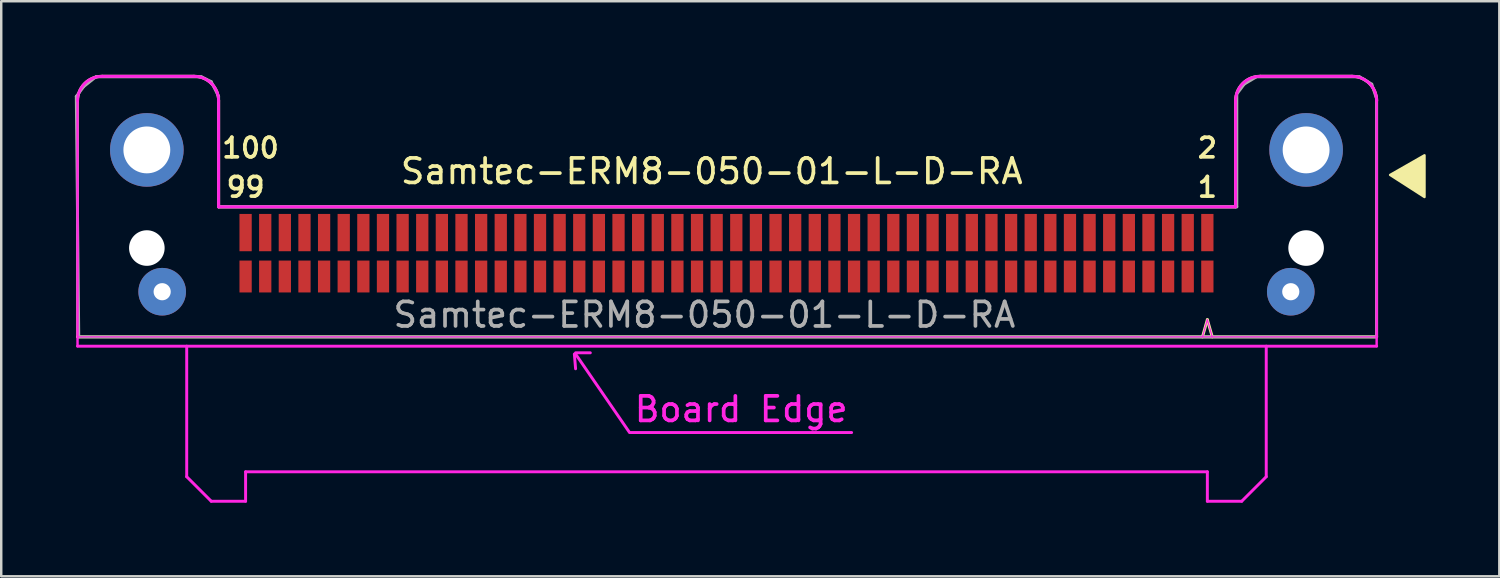
<source format=kicad_pcb>
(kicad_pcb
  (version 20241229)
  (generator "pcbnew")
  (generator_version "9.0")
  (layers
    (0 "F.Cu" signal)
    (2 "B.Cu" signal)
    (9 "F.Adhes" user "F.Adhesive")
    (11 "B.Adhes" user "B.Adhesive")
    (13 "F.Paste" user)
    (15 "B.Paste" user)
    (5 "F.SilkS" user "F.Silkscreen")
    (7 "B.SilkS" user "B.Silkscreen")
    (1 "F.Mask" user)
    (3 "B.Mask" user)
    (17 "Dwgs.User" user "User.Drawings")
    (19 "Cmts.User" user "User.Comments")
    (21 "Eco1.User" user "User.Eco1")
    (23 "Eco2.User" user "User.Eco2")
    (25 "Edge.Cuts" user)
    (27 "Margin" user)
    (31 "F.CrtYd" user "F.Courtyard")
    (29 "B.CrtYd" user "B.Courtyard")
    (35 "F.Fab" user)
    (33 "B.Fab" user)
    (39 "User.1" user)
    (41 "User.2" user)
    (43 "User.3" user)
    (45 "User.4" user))
  (footprint "Samtec-ERM8-050-01-L-D-RA"
    (layer "F.Cu")
    (at 26.56 7.38)
    (property "Reference" "Samtec-ERM8-050-01-L-D-RA" (at -0.6 -3.45 180) (layer "F.SilkS") (effects (font (size 1 1) (thickness 0.15))))
    (attr smd)
    (fp_line (start -26.45 3.3) (end -26.45 -6.32) (stroke (width 0.1) (type solid)) (layer "F.SilkS"))
    (fp_line (start -26.45 3.3) (end 26.5 3.3) (stroke (width 0.12) (type solid)) (layer "F.SilkS"))
    (fp_line (start -21.7 -7.32) (end -25.45 -7.32) (stroke (width 0.12) (type solid)) (layer "F.SilkS"))
    (fp_line (start -20.7 -6.32) (end -20.7 -2) (stroke (width 0.12) (type solid)) (layer "F.SilkS"))
    (fp_line (start 19.6 2.6) (end 19.4 3.3) (stroke (width 0.12) (type solid)) (layer "F.SilkS"))
    (fp_line (start 19.8 3.3) (end 19.6 2.6) (stroke (width 0.12) (type solid)) (layer "F.SilkS"))
    (fp_line (start 20.75 -6.32) (end 20.75 -2) (stroke (width 0.12) (type solid)) (layer "F.SilkS"))
    (fp_line (start 20.75 -2) (end -20.7 -2) (stroke (width 0.12) (type solid)) (layer "F.SilkS"))
    (fp_line (start 25.5 -7.32) (end 21.75 -7.32) (stroke (width 0.12) (type solid)) (layer "F.SilkS"))
    (fp_line (start 26.5 3.3) (end 26.5 -6.32) (stroke (width 0.1) (type solid)) (layer "F.SilkS"))
    (fp_arc (start -26.45 -6.32) (mid -26.157107 -7.027107) (end -25.45 -7.32) (stroke (width 0.12) (type solid)) (layer "F.SilkS"))
    (fp_arc (start -21.7 -7.32) (mid -20.992893 -7.027107) (end -20.7 -6.32) (stroke (width 0.12) (type solid)) (layer "F.SilkS"))
    (fp_arc (start 20.75 -6.32) (mid 21.042893 -7.027107) (end 21.75 -7.32) (stroke (width 0.12) (type solid)) (layer "F.SilkS"))
    (fp_arc (start 25.5 -7.32) (mid 26.207107 -7.027107) (end 26.5 -6.32) (stroke (width 0.12) (type solid)) (layer "F.SilkS"))
    (fp_poly (pts (xy 27.05 -3.3) (xy 28.45 -4.1) (xy 28.45 -2.4)) (stroke (width 0.1) (type solid)) (fill yes) (layer "F.SilkS"))
    (fp_line (start -26.45 3.3) (end 26.5 3.3) (stroke (width 0.05) (type solid)) (layer "F.CrtYd"))
    (fp_line (start -26.45 3.68) (end -26.45 -6.32) (stroke (width 0.1) (type solid)) (layer "F.CrtYd"))
    (fp_line (start -26.45 3.68) (end 26.5 3.68) (stroke (width 0.12) (type solid)) (layer "F.CrtYd"))
    (fp_line (start -22 9) (end -22 3.68) (stroke (width 0.12) (type solid)) (layer "F.CrtYd"))
    (fp_line (start -21.7 -7.32) (end -25.45 -7.32) (stroke (width 0.12) (type solid)) (layer "F.CrtYd"))
    (fp_line (start -21 10) (end -22 9) (stroke (width 0.12) (type solid)) (layer "F.CrtYd"))
    (fp_line (start -20.7 -6.32) (end -20.7 -2) (stroke (width 0.12) (type solid)) (layer "F.CrtYd"))
    (fp_line (start -19.6 8.8) (end -19.6 10) (stroke (width 0.12) (type solid)) (layer "F.CrtYd"))
    (fp_line (start -19.6 10) (end -21 10) (stroke (width 0.12) (type solid)) (layer "F.CrtYd"))
    (fp_line (start -6.2 4) (end -6.15 4.6) (stroke (width 0.12) (type solid)) (layer "F.CrtYd"))
    (fp_line (start -6.15 3.95) (end -5.55 3.95) (stroke (width 0.12) (type solid)) (layer "F.CrtYd"))
    (fp_line (start -6.15 4) (end -3.95 7.2) (stroke (width 0.12) (type solid)) (layer "F.CrtYd"))
    (fp_line (start 5.1 7.2) (end -3.9 7.2) (stroke (width 0.12) (type solid)) (layer "F.CrtYd"))
    (fp_line (start 19.6 2.6) (end 19.4 3.3) (stroke (width 0.05) (type solid)) (layer "F.CrtYd"))
    (fp_line (start 19.6 8.8) (end -19.6 8.8) (stroke (width 0.12) (type solid)) (layer "F.CrtYd"))
    (fp_line (start 19.6 10) (end 19.6 8.8) (stroke (width 0.12) (type solid)) (layer "F.CrtYd"))
    (fp_line (start 19.8 3.3) (end 19.6 2.6) (stroke (width 0.05) (type solid)) (layer "F.CrtYd"))
    (fp_line (start 20.75 -6.32) (end 20.75 -2) (stroke (width 0.12) (type solid)) (layer "F.CrtYd"))
    (fp_line (start 20.75 -2) (end -20.7 -2) (stroke (width 0.12) (type solid)) (layer "F.CrtYd"))
    (fp_line (start 21 10) (end 19.6 10) (stroke (width 0.12) (type solid)) (layer "F.CrtYd"))
    (fp_line (start 22 3.68) (end 22 9) (stroke (width 0.12) (type solid)) (layer "F.CrtYd"))
    (fp_line (start 22 9) (end 21 10) (stroke (width 0.12) (type solid)) (layer "F.CrtYd"))
    (fp_line (start 25.5 -7.32) (end 21.75 -7.32) (stroke (width 0.12) (type solid)) (layer "F.CrtYd"))
    (fp_line (start 26.5 3.68) (end 26.5 -6.32) (stroke (width 0.1) (type solid)) (layer "F.CrtYd"))
    (fp_arc (start -26.45 -6.32) (mid -26.157107 -7.027107) (end -25.45 -7.32) (stroke (width 0.12) (type solid)) (layer "F.CrtYd"))
    (fp_arc (start -21.7 -7.32) (mid -20.992893 -7.027107) (end -20.7 -6.32) (stroke (width 0.12) (type solid)) (layer "F.CrtYd"))
    (fp_arc (start 20.75 -6.32) (mid 21.042893 -7.027107) (end 21.75 -7.32) (stroke (width 0.12) (type solid)) (layer "F.CrtYd"))
    (fp_arc (start 25.5 -7.32) (mid 26.207107 -7.027107) (end 26.5 -6.32) (stroke (width 0.12) (type solid)) (layer "F.CrtYd"))
    (fp_line (start -26.5 -6.5) (end -26.4 3.3) (stroke (width 0.12) (type solid)) (layer "F.Fab"))
    (fp_line (start -26.4 3.3) (end 26.5 3.3) (stroke (width 0.12) (type solid)) (layer "F.Fab"))
    (fp_line (start -26.2 -6.9) (end -26.5 -6.5) (stroke (width 0.12) (type solid)) (layer "F.Fab"))
    (fp_line (start -25.7 -7.3) (end -26.2 -6.9) (stroke (width 0.12) (type solid)) (layer "F.Fab"))
    (fp_line (start -21.4 -7.3) (end -25.7 -7.3) (stroke (width 0.12) (type solid)) (layer "F.Fab"))
    (fp_line (start -21 -7.1) (end -21.4 -7.3) (stroke (width 0.12) (type solid)) (layer "F.Fab"))
    (fp_line (start -20.7 -6.5) (end -21 -7.1) (stroke (width 0.12) (type solid)) (layer "F.Fab"))
    (fp_line (start -20.7 -2) (end -20.7 -6.5) (stroke (width 0.12) (type solid)) (layer "F.Fab"))
    (fp_line (start 20.8 -6.6) (end 20.8 -2) (stroke (width 0.12) (type solid)) (layer "F.Fab"))
    (fp_line (start 20.8 -2) (end -20.7 -2) (stroke (width 0.12) (type solid)) (layer "F.Fab"))
    (fp_line (start 21.1 -7) (end 20.8 -6.6) (stroke (width 0.12) (type solid)) (layer "F.Fab"))
    (fp_line (start 21.6 -7.3) (end 21.1 -7) (stroke (width 0.12) (type solid)) (layer "F.Fab"))
    (fp_line (start 25.8 -7.3) (end 21.6 -7.3) (stroke (width 0.12) (type solid)) (layer "F.Fab"))
    (fp_line (start 26.3 -7) (end 25.8 -7.3) (stroke (width 0.12) (type solid)) (layer "F.Fab"))
    (fp_line (start 26.5 -6.4) (end 26.3 -7) (stroke (width 0.12) (type solid)) (layer "F.Fab"))
    (fp_line (start 26.5 3.3) (end 26.5 -6.4) (stroke (width 0.12) (type solid)) (layer "F.Fab"))
    (fp_text user "1" (at 19.6 -2.8 180) (layer "F.SilkS") (effects (font (size 0.8 0.8) (thickness 0.15))))
    (fp_text user "2" (at 19.6 -4.4 180) (layer "F.SilkS") (effects (font (size 0.8 0.8) (thickness 0.15))))
    (fp_text user "100" (at -19.4 -4.4 180) (layer "F.SilkS") (effects (font (size 0.8 0.8) (thickness 0.15))))
    (fp_text user "99" (at -19.6 -2.8 180) (layer "F.SilkS") (effects (font (size 0.8 0.8) (thickness 0.15))))
    (fp_text user "Board Edge" (at 0.6 6.25 180) (layer "F.CrtYd") (effects (font (size 1 1) (thickness 0.15))))
    (fp_text user "${REFERENCE}" (at -0.9 2.4 180) (layer "F.Fab") (effects (font (size 1 1) (thickness 0.15))))
    (pad "" thru_hole circle (at -23.625 -4.32 180) (size 3 3) (drill 1.91) (layers "*.Cu" "*.Mask"))
    (pad "" np_thru_hole circle (at -23.625 -0.32 180) (size 1.45 1.45) (drill 1.45) (layers "*.Cu" "*.Mask"))
    (pad "" thru_hole circle (at -23 1.46 180) (size 1.94 1.94) (drill 0.7) (layers "*.Cu" "*.Mask"))
    (pad "" thru_hole circle (at 23 1.46 180) (size 1.94 1.94) (drill 0.7) (layers "*.Cu" "*.Mask"))
    (pad "" thru_hole circle (at 23.625 -4.32 180) (size 3 3) (drill 1.91) (layers "*.Cu" "*.Mask"))
    (pad "" np_thru_hole circle (at 23.625 -0.32 180) (size 1.45 1.45) (drill 1.45) (layers "*.Cu" "*.Mask"))
    (pad "1" smd rect (at 19.6 0.19 180) (size 0.5 1.3) (drill (offset 0 -0.65)) (layers "F.Cu" "F.Mask" "F.Paste"))
    (pad "2" smd rect (at 19.6 -0.19 180) (size 0.5 1.52) (drill (offset 0 0.76)) (layers "F.Cu" "F.Mask" "F.Paste"))
    (pad "3" smd rect (at 18.8 0.19 180) (size 0.5 1.3) (drill (offset 0 -0.65)) (layers "F.Cu" "F.Mask" "F.Paste"))
    (pad "4" smd rect (at 18.8 -0.19 180) (size 0.5 1.52) (drill (offset 0 0.76)) (layers "F.Cu" "F.Mask" "F.Paste"))
    (pad "5" smd rect (at 18 0.19 180) (size 0.5 1.3) (drill (offset 0 -0.65)) (layers "F.Cu" "F.Mask" "F.Paste"))
    (pad "6" smd rect (at 18 -0.19 180) (size 0.5 1.52) (drill (offset 0 0.76)) (layers "F.Cu" "F.Mask" "F.Paste"))
    (pad "7" smd rect (at 17.2 0.19 180) (size 0.5 1.3) (drill (offset 0 -0.65)) (layers "F.Cu" "F.Mask" "F.Paste"))
    (pad "8" smd rect (at 17.2 -0.19 180) (size 0.5 1.52) (drill (offset 0 0.76)) (layers "F.Cu" "F.Mask" "F.Paste"))
    (pad "9" smd rect (at 16.4 0.19 180) (size 0.5 1.3) (drill (offset 0 -0.65)) (layers "F.Cu" "F.Mask" "F.Paste"))
    (pad "10" smd rect (at 16.4 -0.19 180) (size 0.5 1.52) (drill (offset 0 0.76)) (layers "F.Cu" "F.Mask" "F.Paste"))
    (pad "11" smd rect (at 15.6 0.19 180) (size 0.5 1.3) (drill (offset 0 -0.65)) (layers "F.Cu" "F.Mask" "F.Paste"))
    (pad "12" smd rect (at 15.6 -0.19 180) (size 0.5 1.52) (drill (offset 0 0.76)) (layers "F.Cu" "F.Mask" "F.Paste"))
    (pad "13" smd rect (at 14.8 0.19 180) (size 0.5 1.3) (drill (offset 0 -0.65)) (layers "F.Cu" "F.Mask" "F.Paste"))
    (pad "14" smd rect (at 14.8 -0.19 180) (size 0.5 1.52) (drill (offset 0 0.76)) (layers "F.Cu" "F.Mask" "F.Paste"))
    (pad "15" smd rect (at 14 0.19 180) (size 0.5 1.3) (drill (offset 0 -0.65)) (layers "F.Cu" "F.Mask" "F.Paste"))
    (pad "16" smd rect (at 14 -0.19 180) (size 0.5 1.52) (drill (offset 0 0.76)) (layers "F.Cu" "F.Mask" "F.Paste"))
    (pad "17" smd rect (at 13.2 0.19 180) (size 0.5 1.3) (drill (offset 0 -0.65)) (layers "F.Cu" "F.Mask" "F.Paste"))
    (pad "18" smd rect (at 13.2 -0.19 180) (size 0.5 1.52) (drill (offset 0 0.76)) (layers "F.Cu" "F.Mask" "F.Paste"))
    (pad "19" smd rect (at 12.4 0.19 180) (size 0.5 1.3) (drill (offset 0 -0.65)) (layers "F.Cu" "F.Mask" "F.Paste"))
    (pad "20" smd rect (at 12.4 -0.19 180) (size 0.5 1.52) (drill (offset 0 0.76)) (layers "F.Cu" "F.Mask" "F.Paste"))
    (pad "21" smd rect (at 11.6 0.19 180) (size 0.5 1.3) (drill (offset 0 -0.65)) (layers "F.Cu" "F.Mask" "F.Paste"))
    (pad "22" smd rect (at 11.6 -0.19 180) (size 0.5 1.52) (drill (offset 0 0.76)) (layers "F.Cu" "F.Mask" "F.Paste"))
    (pad "23" smd rect (at 10.8 0.19 180) (size 0.5 1.3) (drill (offset 0 -0.65)) (layers "F.Cu" "F.Mask" "F.Paste"))
    (pad "24" smd rect (at 10.8 -0.19 180) (size 0.5 1.52) (drill (offset 0 0.76)) (layers "F.Cu" "F.Mask" "F.Paste"))
    (pad "25" smd rect (at 10 0.19 180) (size 0.5 1.3) (drill (offset 0 -0.65)) (layers "F.Cu" "F.Mask" "F.Paste"))
    (pad "26" smd rect (at 10 -0.19 180) (size 0.5 1.52) (drill (offset 0 0.76)) (layers "F.Cu" "F.Mask" "F.Paste"))
    (pad "27" smd rect (at 9.2 0.19 180) (size 0.5 1.3) (drill (offset 0 -0.65)) (layers "F.Cu" "F.Mask" "F.Paste"))
    (pad "28" smd rect (at 9.2 -0.19 180) (size 0.5 1.52) (drill (offset 0 0.76)) (layers "F.Cu" "F.Mask" "F.Paste"))
    (pad "29" smd rect (at 8.4 0.19 180) (size 0.5 1.3) (drill (offset 0 -0.65)) (layers "F.Cu" "F.Mask" "F.Paste"))
    (pad "30" smd rect (at 8.4 -0.19 180) (size 0.5 1.52) (drill (offset 0 0.76)) (layers "F.Cu" "F.Mask" "F.Paste"))
    (pad "31" smd rect (at 7.6 0.19 180) (size 0.5 1.3) (drill (offset 0 -0.65)) (layers "F.Cu" "F.Mask" "F.Paste"))
    (pad "32" smd rect (at 7.6 -0.19 180) (size 0.5 1.52) (drill (offset 0 0.76)) (layers "F.Cu" "F.Mask" "F.Paste"))
    (pad "33" smd rect (at 6.8 0.19 180) (size 0.5 1.3) (drill (offset 0 -0.65)) (layers "F.Cu" "F.Mask" "F.Paste"))
    (pad "34" smd rect (at 6.8 -0.19 180) (size 0.5 1.52) (drill (offset 0 0.76)) (layers "F.Cu" "F.Mask" "F.Paste"))
    (pad "35" smd rect (at 6 0.19 180) (size 0.5 1.3) (drill (offset 0 -0.65)) (layers "F.Cu" "F.Mask" "F.Paste"))
    (pad "36" smd rect (at 6 -0.19 180) (size 0.5 1.52) (drill (offset 0 0.76)) (layers "F.Cu" "F.Mask" "F.Paste"))
    (pad "37" smd rect (at 5.2 0.19 180) (size 0.5 1.3) (drill (offset 0 -0.65)) (layers "F.Cu" "F.Mask" "F.Paste"))
    (pad "38" smd rect (at 5.2 -0.19 180) (size 0.5 1.52) (drill (offset 0 0.76)) (layers "F.Cu" "F.Mask" "F.Paste"))
    (pad "39" smd rect (at 4.4 0.19 180) (size 0.5 1.3) (drill (offset 0 -0.65)) (layers "F.Cu" "F.Mask" "F.Paste"))
    (pad "40" smd rect (at 4.4 -0.19 180) (size 0.5 1.52) (drill (offset 0 0.76)) (layers "F.Cu" "F.Mask" "F.Paste"))
    (pad "41" smd rect (at 3.6 0.19 180) (size 0.5 1.3) (drill (offset 0 -0.65)) (layers "F.Cu" "F.Mask" "F.Paste"))
    (pad "42" smd rect (at 3.6 -0.19 180) (size 0.5 1.52) (drill (offset 0 0.76)) (layers "F.Cu" "F.Mask" "F.Paste"))
    (pad "43" smd rect (at 2.8 0.19 180) (size 0.5 1.3) (drill (offset 0 -0.65)) (layers "F.Cu" "F.Mask" "F.Paste"))
    (pad "44" smd rect (at 2.8 -0.19 180) (size 0.5 1.52) (drill (offset 0 0.76)) (layers "F.Cu" "F.Mask" "F.Paste"))
    (pad "45" smd rect (at 2 0.19 180) (size 0.5 1.3) (drill (offset 0 -0.65)) (layers "F.Cu" "F.Mask" "F.Paste"))
    (pad "46" smd rect (at 2 -0.19 180) (size 0.5 1.52) (drill (offset 0 0.76)) (layers "F.Cu" "F.Mask" "F.Paste"))
    (pad "47" smd rect (at 1.2 0.19 180) (size 0.5 1.3) (drill (offset 0 -0.65)) (layers "F.Cu" "F.Mask" "F.Paste"))
    (pad "48" smd rect (at 1.2 -0.19 180) (size 0.5 1.52) (drill (offset 0 0.76)) (layers "F.Cu" "F.Mask" "F.Paste"))
    (pad "49" smd rect (at 0.4 0.19 180) (size 0.5 1.3) (drill (offset 0 -0.65)) (layers "F.Cu" "F.Mask" "F.Paste"))
    (pad "50" smd rect (at 0.4 -0.19 180) (size 0.5 1.52) (drill (offset 0 0.76)) (layers "F.Cu" "F.Mask" "F.Paste"))
    (pad "51" smd rect (at -0.4 0.19 180) (size 0.5 1.3) (drill (offset 0 -0.65)) (layers "F.Cu" "F.Mask" "F.Paste"))
    (pad "52" smd rect (at -0.4 -0.19 180) (size 0.5 1.52) (drill (offset 0 0.76)) (layers "F.Cu" "F.Mask" "F.Paste"))
    (pad "53" smd rect (at -1.2 0.19 180) (size 0.5 1.3) (drill (offset 0 -0.65)) (layers "F.Cu" "F.Mask" "F.Paste"))
    (pad "54" smd rect (at -1.2 -0.19 180) (size 0.5 1.52) (drill (offset 0 0.76)) (layers "F.Cu" "F.Mask" "F.Paste"))
    (pad "55" smd rect (at -2 0.19 180) (size 0.5 1.3) (drill (offset 0 -0.65)) (layers "F.Cu" "F.Mask" "F.Paste"))
    (pad "56" smd rect (at -2 -0.19 180) (size 0.5 1.52) (drill (offset 0 0.76)) (layers "F.Cu" "F.Mask" "F.Paste"))
    (pad "57" smd rect (at -2.8 0.19 180) (size 0.5 1.3) (drill (offset 0 -0.65)) (layers "F.Cu" "F.Mask" "F.Paste"))
    (pad "58" smd rect (at -2.8 -0.19 180) (size 0.5 1.52) (drill (offset 0 0.76)) (layers "F.Cu" "F.Mask" "F.Paste"))
    (pad "59" smd rect (at -3.6 0.19 180) (size 0.5 1.3) (drill (offset 0 -0.65)) (layers "F.Cu" "F.Mask" "F.Paste"))
    (pad "60" smd rect (at -3.6 -0.19 180) (size 0.5 1.52) (drill (offset 0 0.76)) (layers "F.Cu" "F.Mask" "F.Paste"))
    (pad "61" smd rect (at -4.4 0.19 180) (size 0.5 1.3) (drill (offset 0 -0.65)) (layers "F.Cu" "F.Mask" "F.Paste"))
    (pad "62" smd rect (at -4.4 -0.19 180) (size 0.5 1.52) (drill (offset 0 0.76)) (layers "F.Cu" "F.Mask" "F.Paste"))
    (pad "63" smd rect (at -5.2 0.19 180) (size 0.5 1.3) (drill (offset 0 -0.65)) (layers "F.Cu" "F.Mask" "F.Paste"))
    (pad "64" smd rect (at -5.2 -0.19 180) (size 0.5 1.52) (drill (offset 0 0.76)) (layers "F.Cu" "F.Mask" "F.Paste"))
    (pad "65" smd rect (at -6 0.19 180) (size 0.5 1.3) (drill (offset 0 -0.65)) (layers "F.Cu" "F.Mask" "F.Paste"))
    (pad "66" smd rect (at -6 -0.19 180) (size 0.5 1.52) (drill (offset 0 0.76)) (layers "F.Cu" "F.Mask" "F.Paste"))
    (pad "67" smd rect (at -6.8 0.19 180) (size 0.5 1.3) (drill (offset 0 -0.65)) (layers "F.Cu" "F.Mask" "F.Paste"))
    (pad "68" smd rect (at -6.8 -0.19 180) (size 0.5 1.52) (drill (offset 0 0.76)) (layers "F.Cu" "F.Mask" "F.Paste"))
    (pad "69" smd rect (at -7.6 0.19 180) (size 0.5 1.3) (drill (offset 0 -0.65)) (layers "F.Cu" "F.Mask" "F.Paste"))
    (pad "70" smd rect (at -7.6 -0.19 180) (size 0.5 1.52) (drill (offset 0 0.76)) (layers "F.Cu" "F.Mask" "F.Paste"))
    (pad "71" smd rect (at -8.4 0.19 180) (size 0.5 1.3) (drill (offset 0 -0.65)) (layers "F.Cu" "F.Mask" "F.Paste"))
    (pad "72" smd rect (at -8.4 -0.19 180) (size 0.5 1.52) (drill (offset 0 0.76)) (layers "F.Cu" "F.Mask" "F.Paste"))
    (pad "73" smd rect (at -9.2 0.19 180) (size 0.5 1.3) (drill (offset 0 -0.65)) (layers "F.Cu" "F.Mask" "F.Paste"))
    (pad "74" smd rect (at -9.2 -0.19 180) (size 0.5 1.52) (drill (offset 0 0.76)) (layers "F.Cu" "F.Mask" "F.Paste"))
    (pad "75" smd rect (at -10 0.19 180) (size 0.5 1.3) (drill (offset 0 -0.65)) (layers "F.Cu" "F.Mask" "F.Paste"))
    (pad "76" smd rect (at -10 -0.19 180) (size 0.5 1.52) (drill (offset 0 0.76)) (layers "F.Cu" "F.Mask" "F.Paste"))
    (pad "77" smd rect (at -10.8 0.19 180) (size 0.5 1.3) (drill (offset 0 -0.65)) (layers "F.Cu" "F.Mask" "F.Paste"))
    (pad "78" smd rect (at -10.8 -0.19 180) (size 0.5 1.52) (drill (offset 0 0.76)) (layers "F.Cu" "F.Mask" "F.Paste"))
    (pad "79" smd rect (at -11.6 0.19 180) (size 0.5 1.3) (drill (offset 0 -0.65)) (layers "F.Cu" "F.Mask" "F.Paste"))
    (pad "80" smd rect (at -11.6 -0.19 180) (size 0.5 1.52) (drill (offset 0 0.76)) (layers "F.Cu" "F.Mask" "F.Paste"))
    (pad "81" smd rect (at -12.4 0.19 180) (size 0.5 1.3) (drill (offset 0 -0.65)) (layers "F.Cu" "F.Mask" "F.Paste"))
    (pad "82" smd rect (at -12.4 -0.19 180) (size 0.5 1.52) (drill (offset 0 0.76)) (layers "F.Cu" "F.Mask" "F.Paste"))
    (pad "83" smd rect (at -13.2 0.19 180) (size 0.5 1.3) (drill (offset 0 -0.65)) (layers "F.Cu" "F.Mask" "F.Paste"))
    (pad "84" smd rect (at -13.2 -0.19 180) (size 0.5 1.52) (drill (offset 0 0.76)) (layers "F.Cu" "F.Mask" "F.Paste"))
    (pad "85" smd rect (at -14 0.19 180) (size 0.5 1.3) (drill (offset 0 -0.65)) (layers "F.Cu" "F.Mask" "F.Paste"))
    (pad "86" smd rect (at -14 -0.19 180) (size 0.5 1.52) (drill (offset 0 0.76)) (layers "F.Cu" "F.Mask" "F.Paste"))
    (pad "87" smd rect (at -14.8 0.19 180) (size 0.5 1.3) (drill (offset 0 -0.65)) (layers "F.Cu" "F.Mask" "F.Paste"))
    (pad "88" smd rect (at -14.8 -0.19 180) (size 0.5 1.52) (drill (offset 0 0.76)) (layers "F.Cu" "F.Mask" "F.Paste"))
    (pad "89" smd rect (at -15.6 0.19 180) (size 0.5 1.3) (drill (offset 0 -0.65)) (layers "F.Cu" "F.Mask" "F.Paste"))
    (pad "90" smd rect (at -15.6 -0.19 180) (size 0.5 1.52) (drill (offset 0 0.76)) (layers "F.Cu" "F.Mask" "F.Paste"))
    (pad "91" smd rect (at -16.4 0.19 180) (size 0.5 1.3) (drill (offset 0 -0.65)) (layers "F.Cu" "F.Mask" "F.Paste"))
    (pad "92" smd rect (at -16.4 -0.19 180) (size 0.5 1.52) (drill (offset 0 0.76)) (layers "F.Cu" "F.Mask" "F.Paste"))
    (pad "93" smd rect (at -17.2 0.19 180) (size 0.5 1.3) (drill (offset 0 -0.65)) (layers "F.Cu" "F.Mask" "F.Paste"))
    (pad "94" smd rect (at -17.2 -0.19 180) (size 0.5 1.52) (drill (offset 0 0.76)) (layers "F.Cu" "F.Mask" "F.Paste"))
    (pad "95" smd rect (at -18 0.19 180) (size 0.5 1.3) (drill (offset 0 -0.65)) (layers "F.Cu" "F.Mask" "F.Paste"))
    (pad "96" smd rect (at -18 -0.19 180) (size 0.5 1.52) (drill (offset 0 0.76)) (layers "F.Cu" "F.Mask" "F.Paste"))
    (pad "97" smd rect (at -18.8 0.19 180) (size 0.5 1.3) (drill (offset 0 -0.65)) (layers "F.Cu" "F.Mask" "F.Paste"))
    (pad "98" smd rect (at -18.8 -0.19 180) (size 0.5 1.52) (drill (offset 0 0.76)) (layers "F.Cu" "F.Mask" "F.Paste"))
    (pad "99" smd rect (at -19.6 0.19 180) (size 0.5 1.3) (drill (offset 0 -0.65)) (layers "F.Cu" "F.Mask" "F.Paste"))
    (pad "100" smd rect (at -19.6 -0.19 180) (size 0.5 1.52) (drill (offset 0 0.76)) (layers "F.Cu" "F.Mask" "F.Paste")))
  (gr_rect
    (start -3 -3)
    (end 58.06 20.44)
    (stroke (width 0.1) (type default))
    (fill no)
    (layer "Edge.Cuts")))
</source>
